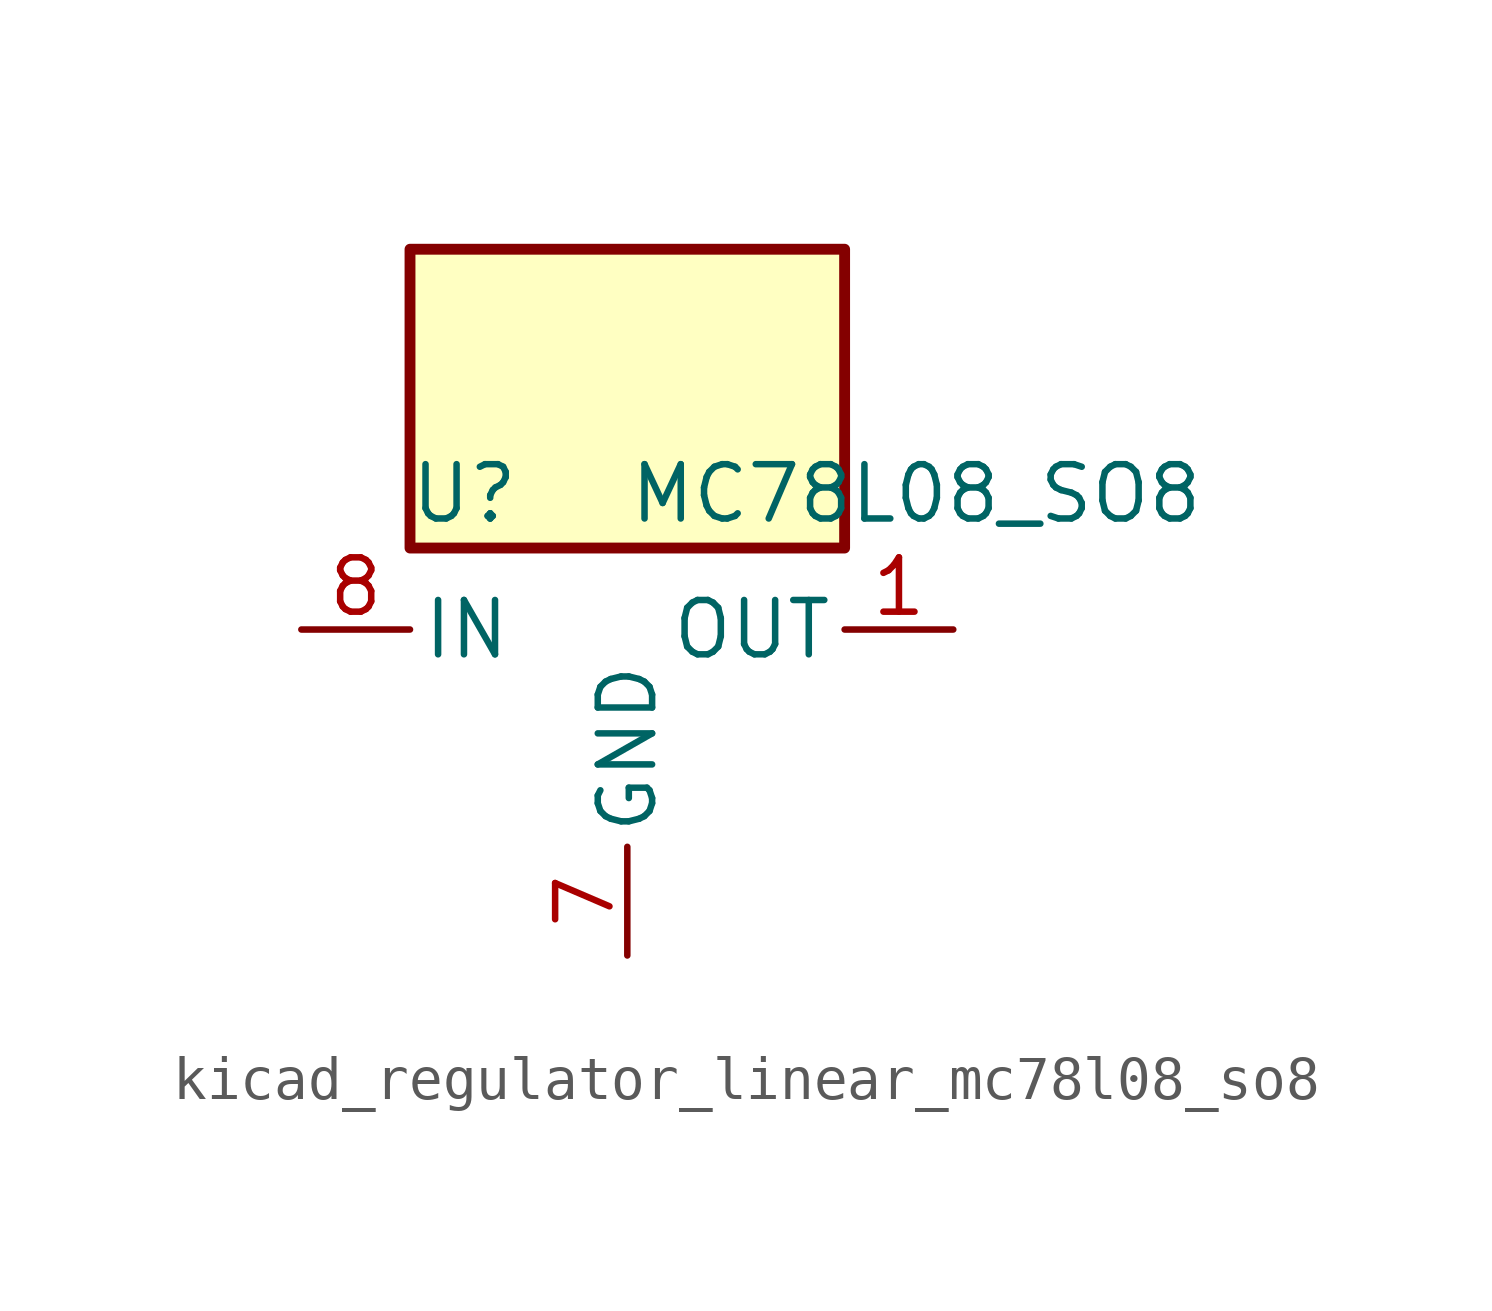
<source format=kicad_sym>
(kicad_symbol_lib
  (version 20220914)
  (generator kicad_symbol_editor)
  (symbol "kicad_regulator_linear_mc78l08_so8"
    (pin_names
      (offset 0.254))
    (property "Reference" "U"
      (at -3.81 3.175 0)
      (effects (font (size 1.27 1.27))))
    (property "Value" "MC78L08_SO8"
      (at 0 3.175 0)
      (effects (font (size 1.27 1.27)) (justify left)))
    (symbol "kicad_regulator_linear_mc78l08_so8_0_1"
      (rectangle (start 5.08 8.89) (end -5.08 1.905) (stroke (width 0.254) (type default)) (fill (type background))))
    (symbol "kicad_regulator_linear_mc78l08_so8_1_1"
      (pin power_out line (at 7.62 0 180) (length 2.54) (name "OUT" (effects (font (size 1.27 1.27)))) (number "1" (effects (font (size 1.27 1.27)))))
      (pin passive line (at 0 -7.62 90) (length 2.54) hide (name "GND" (effects (font (size 1.27 1.27)))) (number "2" (effects (font (size 1.27 1.27)))))
      (pin passive line (at 0 -7.62 90) (length 2.54) hide (name "GND" (effects (font (size 1.27 1.27)))) (number "3" (effects (font (size 1.27 1.27)))))
      (pin no_connect line (at -5.08 -2.54 0) (length 2.54) hide (name "NC" (effects (font (size 1.27 1.27)))) (number "4" (effects (font (size 1.27 1.27)))))
      (pin no_connect line (at 5.08 -2.54 180) (length 2.54) hide (name "NC" (effects (font (size 1.27 1.27)))) (number "5" (effects (font (size 1.27 1.27)))))
      (pin passive line (at 0 -7.62 90) (length 2.54) hide (name "GND" (effects (font (size 1.27 1.27)))) (number "6" (effects (font (size 1.27 1.27)))))
      (pin power_in line (at 0 -7.62 90) (length 2.54) (name "GND" (effects (font (size 1.27 1.27)))) (number "7" (effects (font (size 1.27 1.27)))))
      (pin power_in line (at -7.62 0 0) (length 2.54) (name "IN" (effects (font (size 1.27 1.27)))) (number "8" (effects (font (size 1.27 1.27))))))))
</source>
